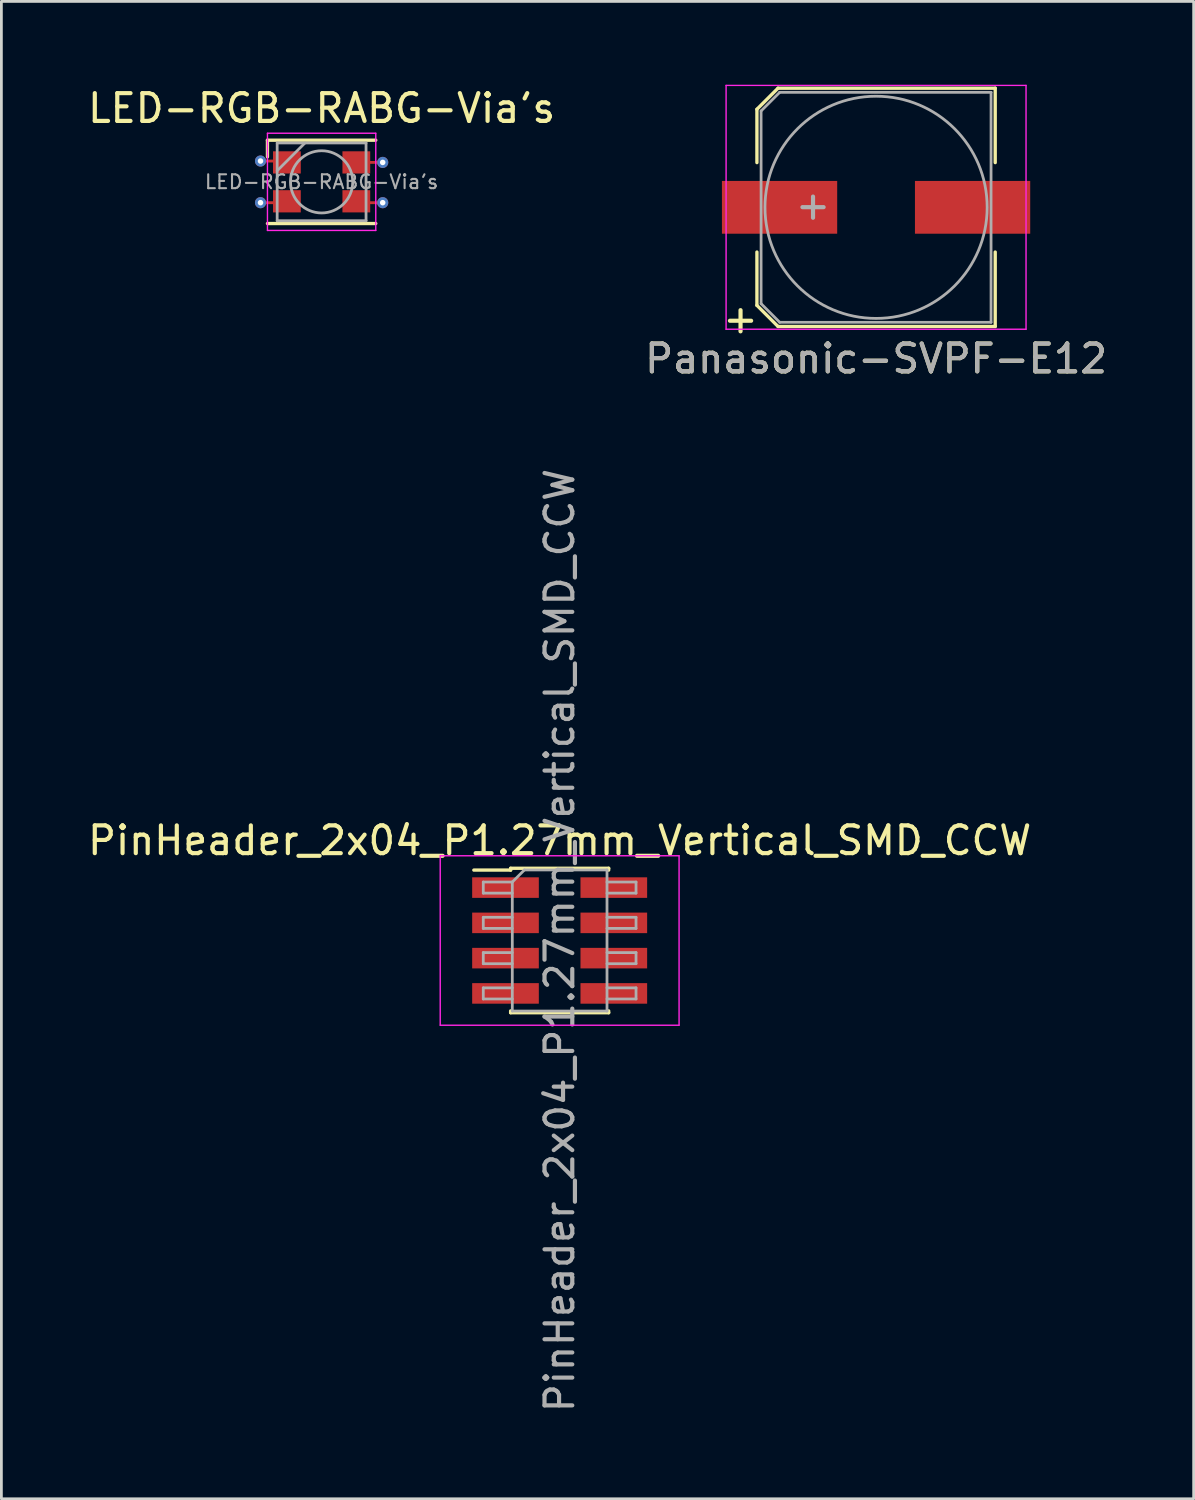
<source format=kicad_pcb>
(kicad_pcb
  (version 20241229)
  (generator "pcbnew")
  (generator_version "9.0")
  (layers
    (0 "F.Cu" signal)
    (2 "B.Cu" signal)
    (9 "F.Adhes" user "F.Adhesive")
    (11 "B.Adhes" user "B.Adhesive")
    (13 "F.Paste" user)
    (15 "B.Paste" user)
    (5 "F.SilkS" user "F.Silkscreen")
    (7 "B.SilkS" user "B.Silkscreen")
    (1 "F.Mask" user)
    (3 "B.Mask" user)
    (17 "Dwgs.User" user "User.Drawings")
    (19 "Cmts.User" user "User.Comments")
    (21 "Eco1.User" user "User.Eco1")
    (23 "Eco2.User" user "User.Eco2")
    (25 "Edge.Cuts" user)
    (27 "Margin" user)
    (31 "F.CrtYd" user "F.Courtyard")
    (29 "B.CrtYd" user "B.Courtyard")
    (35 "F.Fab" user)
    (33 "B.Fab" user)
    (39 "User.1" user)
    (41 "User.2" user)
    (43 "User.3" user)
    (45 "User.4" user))
  (footprint "PinHeader_2x04_P1.27mm_Vertical_SMD_CCW"
    (layer "F.Cu")
    (at 17.101 30.814)
    (property "Reference" "PinHeader_2x04_P1.27mm_Vertical_SMD_CCW" (at 0 -3.6 0) (layer "F.SilkS") (effects (font (size 1 1) (thickness 0.15))))
    (attr smd)
    (fp_line (start -3.09 -2.535) (end -1.765 -2.535) (stroke (width 0.12) (type solid)) (layer "F.SilkS"))
    (fp_line (start -1.765 -2.6) (end -1.765 -2.535) (stroke (width 0.12) (type solid)) (layer "F.SilkS"))
    (fp_line (start -1.765 -2.6) (end 1.765 -2.6) (stroke (width 0.12) (type solid)) (layer "F.SilkS"))
    (fp_line (start -1.765 2.535) (end -1.765 2.6) (stroke (width 0.12) (type solid)) (layer "F.SilkS"))
    (fp_line (start -1.765 2.6) (end 1.765 2.6) (stroke (width 0.12) (type solid)) (layer "F.SilkS"))
    (fp_line (start 1.765 -2.6) (end 1.765 -2.535) (stroke (width 0.12) (type solid)) (layer "F.SilkS"))
    (fp_line (start 1.765 2.535) (end 1.765 2.6) (stroke (width 0.12) (type solid)) (layer "F.SilkS"))
    (fp_line (start -4.3 -3.05) (end -4.3 3.05) (stroke (width 0.05) (type solid)) (layer "F.CrtYd"))
    (fp_line (start -4.3 3.05) (end 4.3 3.05) (stroke (width 0.05) (type solid)) (layer "F.CrtYd"))
    (fp_line (start 4.3 -3.05) (end -4.3 -3.05) (stroke (width 0.05) (type solid)) (layer "F.CrtYd"))
    (fp_line (start 4.3 3.05) (end 4.3 -3.05) (stroke (width 0.05) (type solid)) (layer "F.CrtYd"))
    (fp_line (start -2.75 -2.105) (end -2.75 -1.705) (stroke (width 0.1) (type solid)) (layer "F.Fab"))
    (fp_line (start -2.75 -1.705) (end -1.705 -1.705) (stroke (width 0.1) (type solid)) (layer "F.Fab"))
    (fp_line (start -2.75 -0.835) (end -2.75 -0.435) (stroke (width 0.1) (type solid)) (layer "F.Fab"))
    (fp_line (start -2.75 -0.435) (end -1.705 -0.435) (stroke (width 0.1) (type solid)) (layer "F.Fab"))
    (fp_line (start -2.75 0.435) (end -2.75 0.835) (stroke (width 0.1) (type solid)) (layer "F.Fab"))
    (fp_line (start -2.75 0.835) (end -1.705 0.835) (stroke (width 0.1) (type solid)) (layer "F.Fab"))
    (fp_line (start -2.75 1.705) (end -2.75 2.105) (stroke (width 0.1) (type solid)) (layer "F.Fab"))
    (fp_line (start -2.75 2.105) (end -1.705 2.105) (stroke (width 0.1) (type solid)) (layer "F.Fab"))
    (fp_line (start -1.705 -2.105) (end -2.75 -2.105) (stroke (width 0.1) (type solid)) (layer "F.Fab"))
    (fp_line (start -1.705 -2.105) (end -1.27 -2.54) (stroke (width 0.1) (type solid)) (layer "F.Fab"))
    (fp_line (start -1.705 -0.835) (end -2.75 -0.835) (stroke (width 0.1) (type solid)) (layer "F.Fab"))
    (fp_line (start -1.705 0.435) (end -2.75 0.435) (stroke (width 0.1) (type solid)) (layer "F.Fab"))
    (fp_line (start -1.705 1.705) (end -2.75 1.705) (stroke (width 0.1) (type solid)) (layer "F.Fab"))
    (fp_line (start -1.705 2.54) (end -1.705 -2.105) (stroke (width 0.1) (type solid)) (layer "F.Fab"))
    (fp_line (start -1.27 -2.54) (end 1.705 -2.54) (stroke (width 0.1) (type solid)) (layer "F.Fab"))
    (fp_line (start 1.705 -2.54) (end 1.705 2.54) (stroke (width 0.1) (type solid)) (layer "F.Fab"))
    (fp_line (start 1.705 -2.105) (end 2.75 -2.105) (stroke (width 0.1) (type solid)) (layer "F.Fab"))
    (fp_line (start 1.705 -0.835) (end 2.75 -0.835) (stroke (width 0.1) (type solid)) (layer "F.Fab"))
    (fp_line (start 1.705 0.435) (end 2.75 0.435) (stroke (width 0.1) (type solid)) (layer "F.Fab"))
    (fp_line (start 1.705 1.705) (end 2.75 1.705) (stroke (width 0.1) (type solid)) (layer "F.Fab"))
    (fp_line (start 1.705 2.54) (end -1.705 2.54) (stroke (width 0.1) (type solid)) (layer "F.Fab"))
    (fp_line (start 2.75 -2.105) (end 2.75 -1.705) (stroke (width 0.1) (type solid)) (layer "F.Fab"))
    (fp_line (start 2.75 -1.705) (end 1.705 -1.705) (stroke (width 0.1) (type solid)) (layer "F.Fab"))
    (fp_line (start 2.75 -0.835) (end 2.75 -0.435) (stroke (width 0.1) (type solid)) (layer "F.Fab"))
    (fp_line (start 2.75 -0.435) (end 1.705 -0.435) (stroke (width 0.1) (type solid)) (layer "F.Fab"))
    (fp_line (start 2.75 0.435) (end 2.75 0.835) (stroke (width 0.1) (type solid)) (layer "F.Fab"))
    (fp_line (start 2.75 0.835) (end 1.705 0.835) (stroke (width 0.1) (type solid)) (layer "F.Fab"))
    (fp_line (start 2.75 1.705) (end 2.75 2.105) (stroke (width 0.1) (type solid)) (layer "F.Fab"))
    (fp_line (start 2.75 2.105) (end 1.705 2.105) (stroke (width 0.1) (type solid)) (layer "F.Fab"))
    (fp_text user "${REFERENCE}" (at 0 0 90) (layer "F.Fab") (effects (font (size 1 1) (thickness 0.15))))
    (pad "1" smd rect (at -1.95 -1.905) (size 2.4 0.74) (layers "F.Cu" "F.Mask" "F.Paste"))
    (pad "2" smd rect (at -1.95 -0.635) (size 2.4 0.74) (layers "F.Cu" "F.Mask" "F.Paste"))
    (pad "3" smd rect (at -1.95 0.635) (size 2.4 0.74) (layers "F.Cu" "F.Mask" "F.Paste"))
    (pad "4" smd rect (at -1.95 1.905) (size 2.4 0.74) (layers "F.Cu" "F.Mask" "F.Paste"))
    (pad "5" smd rect (at 1.95 1.905) (size 2.4 0.74) (layers "F.Cu" "F.Mask" "F.Paste"))
    (pad "6" smd rect (at 1.95 0.635) (size 2.4 0.74) (layers "F.Cu" "F.Mask" "F.Paste"))
    (pad "7" smd rect (at 1.95 -0.635) (size 2.4 0.74) (layers "F.Cu" "F.Mask" "F.Paste"))
    (pad "8" smd rect (at 1.95 -1.905) (size 2.4 0.74) (layers "F.Cu" "F.Mask" "F.Paste")))
  (footprint "Panasonic-SVPF-E12"
    (layer "F.Cu")
    (at 28.494 4.415)
    (property "Reference" "Panasonic-SVPF-E12" (at 0 5.45 0) (layer "F.SilkS") (effects (font (size 1 1) (thickness 0.15))))
    (attr smd)
    (fp_line (start -4.29 -3.53) (end -4.29 -1.61) (stroke (width 0.12) (type solid)) (layer "F.SilkS"))
    (fp_line (start -4.29 -3.53) (end -3.53 -4.29) (stroke (width 0.12) (type solid)) (layer "F.SilkS"))
    (fp_line (start -4.29 3.53) (end -4.29 1.61) (stroke (width 0.12) (type solid)) (layer "F.SilkS"))
    (fp_line (start -3.53 -4.29) (end 4.29 -4.29) (stroke (width 0.12) (type solid)) (layer "F.SilkS"))
    (fp_line (start -3.53 4.29) (end -4.29 3.53) (stroke (width 0.12) (type solid)) (layer "F.SilkS"))
    (fp_line (start 4.29 -4.29) (end 4.29 -1.61) (stroke (width 0.12) (type solid)) (layer "F.SilkS"))
    (fp_line (start 4.29 4.29) (end -3.53 4.29) (stroke (width 0.12) (type solid)) (layer "F.SilkS"))
    (fp_line (start 4.29 4.29) (end 4.29 1.61) (stroke (width 0.12) (type solid)) (layer "F.SilkS"))
    (fp_line (start -5.4 -4.39) (end -5.4 4.39) (stroke (width 0.05) (type solid)) (layer "F.CrtYd"))
    (fp_line (start -5.4 -4.39) (end 5.4 -4.39) (stroke (width 0.05) (type solid)) (layer "F.CrtYd"))
    (fp_line (start 5.4 4.39) (end -5.4 4.39) (stroke (width 0.05) (type solid)) (layer "F.CrtYd"))
    (fp_line (start 5.4 4.39) (end 5.4 -4.39) (stroke (width 0.05) (type solid)) (layer "F.CrtYd"))
    (fp_line (start -4.14 -3.47) (end -4.14 3.47) (stroke (width 0.1) (type solid)) (layer "F.Fab"))
    (fp_line (start -4.14 3.47) (end -3.47 4.14) (stroke (width 0.1) (type solid)) (layer "F.Fab"))
    (fp_line (start -3.47 -4.14) (end -4.14 -3.47) (stroke (width 0.1) (type solid)) (layer "F.Fab"))
    (fp_line (start -3.47 4.14) (end 4.14 4.14) (stroke (width 0.1) (type solid)) (layer "F.Fab"))
    (fp_line (start 4.14 -4.14) (end -3.47 -4.14) (stroke (width 0.1) (type solid)) (layer "F.Fab"))
    (fp_line (start 4.14 4.14) (end 4.14 -4.14) (stroke (width 0.1) (type solid)) (layer "F.Fab"))
    (fp_circle (center 0 0) (end 4 0) (stroke (width 0.1) (type solid)) (fill no) (layer "F.Fab"))
    (fp_text user "+" (at -4.88 4.01 0) (layer "F.SilkS") (effects (font (size 1 1) (thickness 0.15))))
    (fp_text user "${REFERENCE}" (at 0 5.45 0) (layer "F.Fab") (effects (font (size 1 1) (thickness 0.15))))
    (fp_text user "+" (at -2.27 -0.08 0) (layer "F.Fab") (effects (font (size 1 1) (thickness 0.15))))
    (pad "1" smd rect (at -3.475 0 180) (size 4.15 1.9) (layers "F.Cu" "F.Mask" "F.Paste"))
    (pad "2" smd rect (at 3.475 0 180) (size 4.15 1.9) (layers "F.Cu" "F.Mask" "F.Paste")))
  (footprint "LED-RGB-RABG-Via's"
    (layer "F.Cu")
    (at 8.53 3.498)
    (property "Reference" "LED-RGB-RABG-Via's" (at 0 -2.65 180) (layer "F.SilkS") (effects (font (size 1 1) (thickness 0.15))))
    (attr smd)
    (fp_line (start -1.25 -0.75) (end -2.2 -0.75) (stroke (width 0.102) (type solid)) (layer "F.Cu"))
    (fp_line (start -1.25 0.75) (end -2.2 0.75) (stroke (width 0.102) (type solid)) (layer "F.Cu"))
    (fp_line (start 2.2 -0.7) (end 1.25 -0.7) (stroke (width 0.102) (type solid)) (layer "F.Cu"))
    (fp_line (start 2.2 0.75) (end 1.25 0.75) (stroke (width 0.102) (type solid)) (layer "F.Cu"))
    (fp_line (start -1.95 -1.5) (end 1.95 -1.5) (stroke (width 0.12) (type solid)) (layer "F.SilkS"))
    (fp_line (start -1.95 -0.9) (end -1.95 -1.5) (stroke (width 0.12) (type solid)) (layer "F.SilkS"))
    (fp_line (start -1.95 1.5) (end 1.95 1.5) (stroke (width 0.12) (type solid)) (layer "F.SilkS"))
    (fp_line (start -1.95 -1.75) (end -1.95 1.75) (stroke (width 0.05) (type solid)) (layer "F.CrtYd"))
    (fp_line (start -1.95 1.75) (end 1.95 1.75) (stroke (width 0.05) (type solid)) (layer "F.CrtYd"))
    (fp_line (start 1.95 -1.75) (end -1.95 -1.75) (stroke (width 0.05) (type solid)) (layer "F.CrtYd"))
    (fp_line (start 1.95 1.75) (end 1.95 -1.75) (stroke (width 0.05) (type solid)) (layer "F.CrtYd"))
    (fp_line (start -1.6 -1.4) (end -1.6 1.4) (stroke (width 0.1) (type solid)) (layer "F.Fab"))
    (fp_line (start -1.6 1.4) (end 1.6 1.4) (stroke (width 0.1) (type solid)) (layer "F.Fab"))
    (fp_line (start -0.6 -1.4) (end -1.6 -0.4) (stroke (width 0.1) (type solid)) (layer "F.Fab"))
    (fp_line (start 1.6 -1.4) (end -1.6 -1.4) (stroke (width 0.1) (type solid)) (layer "F.Fab"))
    (fp_line (start 1.6 1.4) (end 1.6 -1.4) (stroke (width 0.1) (type solid)) (layer "F.Fab"))
    (fp_circle (center 0 0) (end 1.12 0) (stroke (width 0.1) (type solid)) (fill no) (layer "F.Fab"))
    (fp_text user "${REFERENCE}" (at 0 0 180) (layer "F.Fab") (effects (font (size 0.5 0.5) (thickness 0.075))))
    (pad "1" thru_hole circle (at -2.2 -0.75) (size 0.4 0.4) (drill 0.2) (layers "*.Cu" "*.Mask"))
    (pad "1" smd rect (at -1.25 -0.7) (size 1 0.8) (layers "F.Cu" "F.Mask" "F.Paste"))
    (pad "2" thru_hole circle (at -2.2 0.75) (size 0.4 0.4) (drill 0.2) (layers "*.Cu" "*.Mask"))
    (pad "2" smd rect (at -1.25 0.7) (size 1 0.8) (layers "F.Cu" "F.Mask" "F.Paste"))
    (pad "3" smd rect (at 1.25 0.7) (size 1 0.8) (layers "F.Cu" "F.Mask" "F.Paste"))
    (pad "3" thru_hole circle (at 2.2 0.75) (size 0.4 0.4) (drill 0.2) (layers "*.Cu" "*.Mask"))
    (pad "4" smd rect (at 1.25 -0.7) (size 1 0.8) (layers "F.Cu" "F.Mask" "F.Paste"))
    (pad "4" thru_hole circle (at 2.2 -0.7) (size 0.4 0.4) (drill 0.2) (layers "*.Cu" "*.Mask")))
  (gr_rect
    (start -3 -3)
    (end 39.929 50.916)
    (stroke (width 0.1) (type default))
    (fill no)
    (layer "Edge.Cuts")))
</source>
